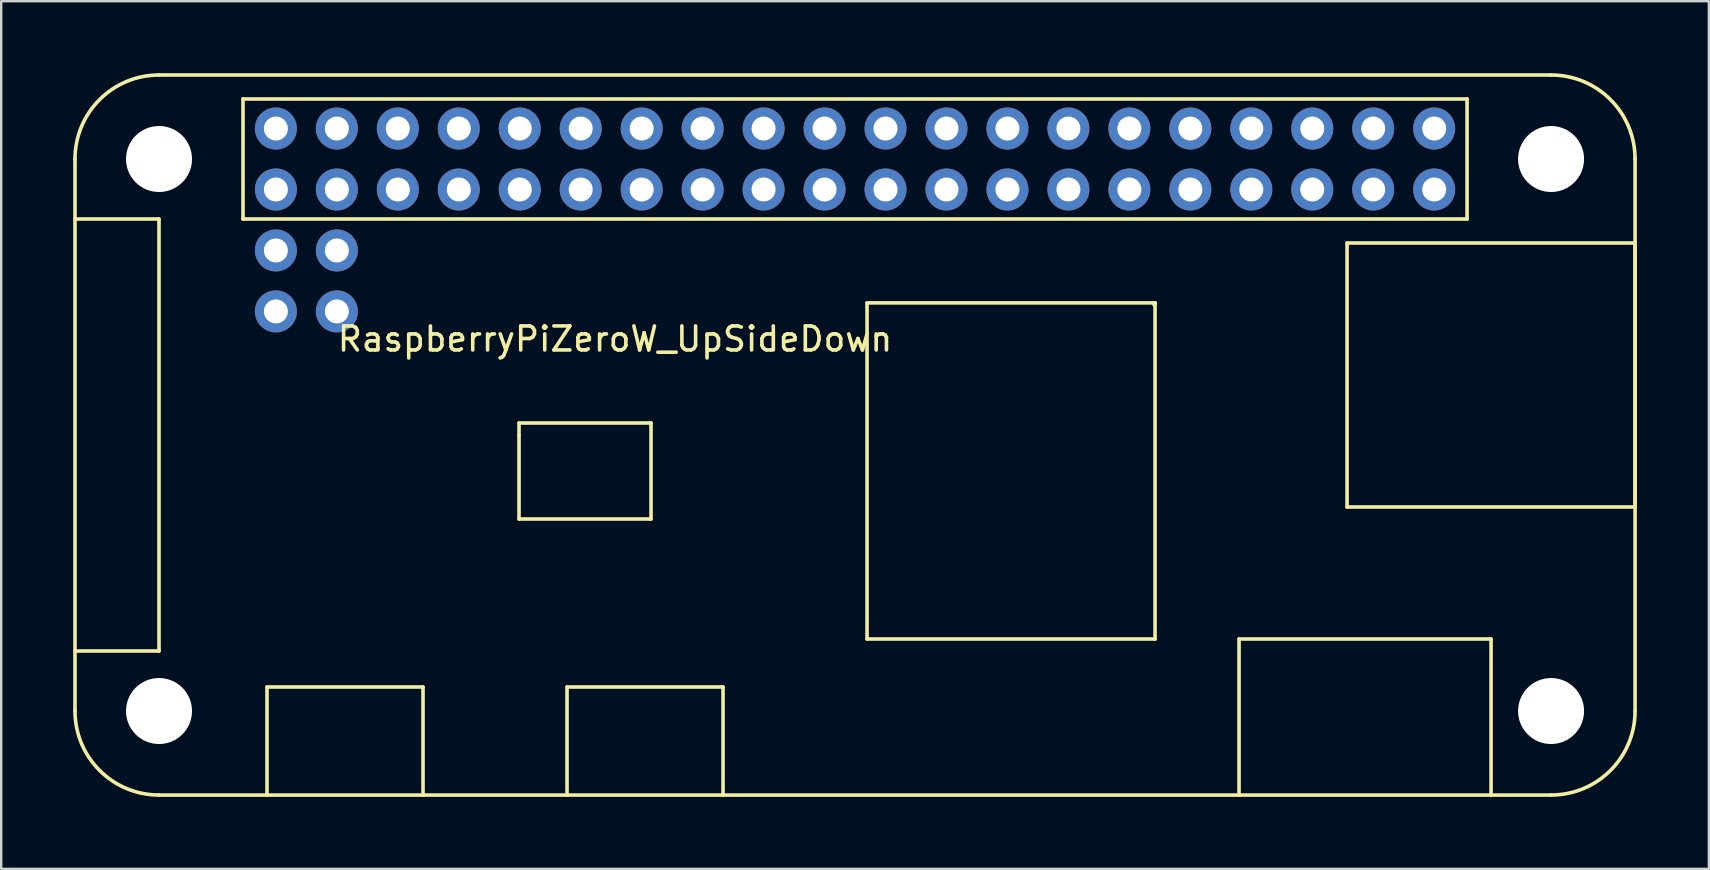
<source format=kicad_pcb>
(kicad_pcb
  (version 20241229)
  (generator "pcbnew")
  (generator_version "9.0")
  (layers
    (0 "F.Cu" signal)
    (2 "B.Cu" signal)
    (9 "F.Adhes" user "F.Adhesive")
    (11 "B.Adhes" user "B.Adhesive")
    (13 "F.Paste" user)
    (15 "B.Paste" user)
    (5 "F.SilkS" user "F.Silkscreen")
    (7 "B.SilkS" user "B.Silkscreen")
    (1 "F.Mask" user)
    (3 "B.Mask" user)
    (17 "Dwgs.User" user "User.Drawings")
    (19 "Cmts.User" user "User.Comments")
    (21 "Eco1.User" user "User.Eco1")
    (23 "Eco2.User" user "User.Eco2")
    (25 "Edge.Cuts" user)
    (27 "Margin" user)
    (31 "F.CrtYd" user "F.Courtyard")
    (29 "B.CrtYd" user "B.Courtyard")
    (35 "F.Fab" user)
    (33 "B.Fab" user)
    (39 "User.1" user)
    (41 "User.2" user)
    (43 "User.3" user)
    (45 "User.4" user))
  (footprint "RaspberryPiZeroW_UpSideDown"
    (layer "F.Cu")
    (at 56.705 4.845)
    (property "Reference" "RaspberryPiZeroW_UpSideDown" (at -34.13 6.23 0) (layer "F.SilkS") (effects (font (size 1 1) (thickness 0.15))))
    (attr through_hole)
    (fp_line (start -56.63 -1.27) (end -56.63 21.73) (stroke (width 0.15) (type solid)) (layer "F.SilkS"))
    (fp_line (start -56.63 1.23) (end -53.13 1.23) (stroke (width 0.15) (type solid)) (layer "F.SilkS"))
    (fp_line (start -53.13 1.23) (end -53.13 19.23) (stroke (width 0.15) (type solid)) (layer "F.SilkS"))
    (fp_line (start -53.13 19.23) (end -56.63 19.23) (stroke (width 0.15) (type solid)) (layer "F.SilkS"))
    (fp_line (start -49.63 -3.77) (end 1.37 -3.77) (stroke (width 0.15) (type solid)) (layer "F.SilkS"))
    (fp_line (start -49.63 1.23) (end -49.63 -3.77) (stroke (width 0.15) (type solid)) (layer "F.SilkS"))
    (fp_line (start -48.63 20.73) (end -42.13 20.73) (stroke (width 0.15) (type solid)) (layer "F.SilkS"))
    (fp_line (start -48.63 25.23) (end -48.63 20.73) (stroke (width 0.15) (type solid)) (layer "F.SilkS"))
    (fp_line (start -42.13 20.73) (end -42.13 25.23) (stroke (width 0.15) (type solid)) (layer "F.SilkS"))
    (fp_line (start -38.13 9.73) (end -32.63 9.73) (stroke (width 0.15) (type solid)) (layer "F.SilkS"))
    (fp_line (start -38.13 10.23) (end -38.13 9.73) (stroke (width 0.15) (type solid)) (layer "F.SilkS"))
    (fp_line (start -38.13 13.73) (end -38.13 10.23) (stroke (width 0.15) (type solid)) (layer "F.SilkS"))
    (fp_line (start -36.13 20.73) (end -29.63 20.73) (stroke (width 0.15) (type solid)) (layer "F.SilkS"))
    (fp_line (start -36.13 25.23) (end -36.13 20.73) (stroke (width 0.15) (type solid)) (layer "F.SilkS"))
    (fp_line (start -32.63 9.73) (end -32.63 13.73) (stroke (width 0.15) (type solid)) (layer "F.SilkS"))
    (fp_line (start -32.63 13.73) (end -38.13 13.73) (stroke (width 0.15) (type solid)) (layer "F.SilkS"))
    (fp_line (start -29.63 20.73) (end -29.63 25.23) (stroke (width 0.15) (type solid)) (layer "F.SilkS"))
    (fp_line (start -23.63 18.73) (end -23.63 4.73) (stroke (width 0.15) (type solid)) (layer "F.SilkS"))
    (fp_line (start -23.625 4.725) (end -11.625 4.725) (stroke (width 0.15) (type solid)) (layer "F.SilkS"))
    (fp_line (start -11.63 4.73) (end -11.63 18.73) (stroke (width 0.15) (type solid)) (layer "F.SilkS"))
    (fp_line (start -11.63 18.73) (end -23.63 18.73) (stroke (width 0.15) (type solid)) (layer "F.SilkS"))
    (fp_line (start -11.625 4.725) (end -11.675 4.8) (stroke (width 0.15) (type solid)) (layer "F.SilkS"))
    (fp_line (start -8.13 18.73) (end 2.37 18.73) (stroke (width 0.15) (type solid)) (layer "F.SilkS"))
    (fp_line (start -8.13 25.23) (end -8.13 18.73) (stroke (width 0.15) (type solid)) (layer "F.SilkS"))
    (fp_line (start -3.63 2.23) (end 8.37 2.23) (stroke (width 0.15) (type solid)) (layer "F.SilkS"))
    (fp_line (start -3.63 13.23) (end -3.63 2.23) (stroke (width 0.15) (type solid)) (layer "F.SilkS"))
    (fp_line (start 1.37 -3.77) (end 1.37 1.23) (stroke (width 0.15) (type solid)) (layer "F.SilkS"))
    (fp_line (start 1.37 1.23) (end -49.63 1.23) (stroke (width 0.15) (type solid)) (layer "F.SilkS"))
    (fp_line (start 2.37 18.73) (end 2.37 25.23) (stroke (width 0.15) (type solid)) (layer "F.SilkS"))
    (fp_line (start 4.87 -4.77) (end -53.13 -4.77) (stroke (width 0.15) (type solid)) (layer "F.SilkS"))
    (fp_line (start 4.87 25.23) (end -53.13 25.23) (stroke (width 0.15) (type solid)) (layer "F.SilkS"))
    (fp_line (start 8.37 -1.27) (end 8.37 21.73) (stroke (width 0.15) (type solid)) (layer "F.SilkS"))
    (fp_line (start 8.37 2.23) (end 8.37 13.23) (stroke (width 0.15) (type solid)) (layer "F.SilkS"))
    (fp_line (start 8.37 13.23) (end -3.63 13.23) (stroke (width 0.15) (type solid)) (layer "F.SilkS"))
    (fp_arc (start -56.63 -1.27) (mid -55.604874 -3.744874) (end -53.13 -4.77) (stroke (width 0.15) (type solid)) (layer "F.SilkS"))
    (fp_arc (start -53.13 25.23) (mid -55.604874 24.204874) (end -56.63 21.73) (stroke (width 0.15) (type solid)) (layer "F.SilkS"))
    (fp_arc (start 4.87 -4.77) (mid 7.344874 -3.744874) (end 8.37 -1.27) (stroke (width 0.15) (type solid)) (layer "F.SilkS"))
    (fp_arc (start 8.37 21.73) (mid 7.344874 24.204874) (end 4.87 25.23) (stroke (width 0.15) (type solid)) (layer "F.SilkS"))
    (pad "" np_thru_hole circle (at -53.13 -1.27) (size 2.75 2.75) (drill 2.75) (layers "*.Cu" "*.Mask"))
    (pad "" np_thru_hole circle (at -53.13 21.73) (size 2.75 2.75) (drill 2.75) (layers "*.Cu" "*.Mask"))
    (pad "" np_thru_hole circle (at 4.87 -1.27) (size 2.75 2.75) (drill 2.75) (layers "*.Cu" "*.Mask"))
    (pad "" np_thru_hole circle (at 4.87 21.73) (size 2.75 2.75) (drill 2.75) (layers "*.Cu" "*.Mask"))
    (pad "1" thru_hole circle (at 0 0) (size 1.75 1.75) (drill 1) (layers "*.Cu" "*.Mask"))
    (pad "2" thru_hole circle (at 0 -2.54) (size 1.75 1.75) (drill 1) (layers "*.Cu" "*.Mask"))
    (pad "3" thru_hole circle (at -2.54 0) (size 1.75 1.75) (drill 1) (layers "*.Cu" "*.Mask"))
    (pad "4" thru_hole circle (at -2.54 -2.54) (size 1.75 1.75) (drill 1) (layers "*.Cu" "*.Mask"))
    (pad "5" thru_hole circle (at -5.08 0) (size 1.75 1.75) (drill 1) (layers "*.Cu" "*.Mask"))
    (pad "6" thru_hole circle (at -5.08 -2.54) (size 1.75 1.75) (drill 1) (layers "*.Cu" "*.Mask"))
    (pad "7" thru_hole circle (at -7.62 0) (size 1.75 1.75) (drill 1) (layers "*.Cu" "*.Mask"))
    (pad "8" thru_hole circle (at -7.62 -2.54) (size 1.75 1.75) (drill 1) (layers "*.Cu" "*.Mask"))
    (pad "9" thru_hole circle (at -10.16 0) (size 1.75 1.75) (drill 1) (layers "*.Cu" "*.Mask"))
    (pad "10" thru_hole circle (at -10.16 -2.54) (size 1.75 1.75) (drill 1) (layers "*.Cu" "*.Mask"))
    (pad "11" thru_hole circle (at -12.7 0) (size 1.75 1.75) (drill 1) (layers "*.Cu" "*.Mask"))
    (pad "12" thru_hole circle (at -12.7 -2.54) (size 1.75 1.75) (drill 1) (layers "*.Cu" "*.Mask"))
    (pad "13" thru_hole circle (at -15.24 0) (size 1.75 1.75) (drill 1) (layers "*.Cu" "*.Mask"))
    (pad "14" thru_hole circle (at -15.24 -2.54) (size 1.75 1.75) (drill 1) (layers "*.Cu" "*.Mask"))
    (pad "15" thru_hole circle (at -17.78 0) (size 1.75 1.75) (drill 1) (layers "*.Cu" "*.Mask"))
    (pad "16" thru_hole circle (at -17.78 -2.54) (size 1.75 1.75) (drill 1) (layers "*.Cu" "*.Mask"))
    (pad "17" thru_hole circle (at -20.32 0) (size 1.75 1.75) (drill 1) (layers "*.Cu" "*.Mask"))
    (pad "18" thru_hole circle (at -20.32 -2.54) (size 1.75 1.75) (drill 1) (layers "*.Cu" "*.Mask"))
    (pad "19" thru_hole circle (at -22.86 0) (size 1.75 1.75) (drill 1) (layers "*.Cu" "*.Mask"))
    (pad "20" thru_hole circle (at -22.86 -2.54) (size 1.75 1.75) (drill 1) (layers "*.Cu" "*.Mask"))
    (pad "21" thru_hole circle (at -25.4 0) (size 1.75 1.75) (drill 1) (layers "*.Cu" "*.Mask"))
    (pad "22" thru_hole circle (at -25.4 -2.54) (size 1.75 1.75) (drill 1) (layers "*.Cu" "*.Mask"))
    (pad "23" thru_hole circle (at -27.94 0) (size 1.75 1.75) (drill 1) (layers "*.Cu" "*.Mask"))
    (pad "24" thru_hole circle (at -27.94 -2.54) (size 1.75 1.75) (drill 1) (layers "*.Cu" "*.Mask"))
    (pad "25" thru_hole circle (at -30.48 0) (size 1.75 1.75) (drill 1) (layers "*.Cu" "*.Mask"))
    (pad "26" thru_hole circle (at -30.48 -2.54) (size 1.75 1.75) (drill 1) (layers "*.Cu" "*.Mask"))
    (pad "27" thru_hole circle (at -33.02 0) (size 1.75 1.75) (drill 1) (layers "*.Cu" "*.Mask"))
    (pad "28" thru_hole circle (at -33.02 -2.54) (size 1.75 1.75) (drill 1) (layers "*.Cu" "*.Mask"))
    (pad "29" thru_hole circle (at -35.56 0) (size 1.75 1.75) (drill 1) (layers "*.Cu" "*.Mask"))
    (pad "30" thru_hole circle (at -35.56 -2.54) (size 1.75 1.75) (drill 1) (layers "*.Cu" "*.Mask"))
    (pad "31" thru_hole circle (at -38.1 0) (size 1.75 1.75) (drill 1) (layers "*.Cu" "*.Mask"))
    (pad "32" thru_hole circle (at -38.1 -2.54) (size 1.75 1.75) (drill 1) (layers "*.Cu" "*.Mask"))
    (pad "33" thru_hole circle (at -40.64 0) (size 1.75 1.75) (drill 1) (layers "*.Cu" "*.Mask"))
    (pad "34" thru_hole circle (at -40.64 -2.54) (size 1.75 1.75) (drill 1) (layers "*.Cu" "*.Mask"))
    (pad "35" thru_hole circle (at -43.18 0) (size 1.75 1.75) (drill 1) (layers "*.Cu" "*.Mask"))
    (pad "36" thru_hole circle (at -43.18 -2.54) (size 1.75 1.75) (drill 1) (layers "*.Cu" "*.Mask"))
    (pad "37" thru_hole circle (at -45.72 0) (size 1.75 1.75) (drill 1) (layers "*.Cu" "*.Mask"))
    (pad "38" thru_hole circle (at -45.72 -2.54) (size 1.75 1.75) (drill 1) (layers "*.Cu" "*.Mask"))
    (pad "39" thru_hole circle (at -48.26 0) (size 1.75 1.75) (drill 1) (layers "*.Cu" "*.Mask"))
    (pad "40" thru_hole circle (at -48.26 -2.54) (size 1.75 1.75) (drill 1) (layers "*.Cu" "*.Mask"))
    (pad "41" thru_hole circle (at -45.72 2.54) (size 1.75 1.75) (drill 1) (layers "*.Cu" "*.Mask"))
    (pad "42" thru_hole circle (at -48.26 2.54) (size 1.75 1.75) (drill 1) (layers "*.Cu" "*.Mask"))
    (pad "43" thru_hole circle (at -45.72 5.08) (size 1.75 1.75) (drill 1) (layers "*.Cu" "*.Mask"))
    (pad "44" thru_hole circle (at -48.26 5.08) (size 1.75 1.75) (drill 1) (layers "*.Cu" "*.Mask")))
  (gr_rect
    (start -3 -3)
    (end 68.15 33.15)
    (stroke (width 0.1) (type default))
    (fill no)
    (layer "Edge.Cuts")))
</source>
